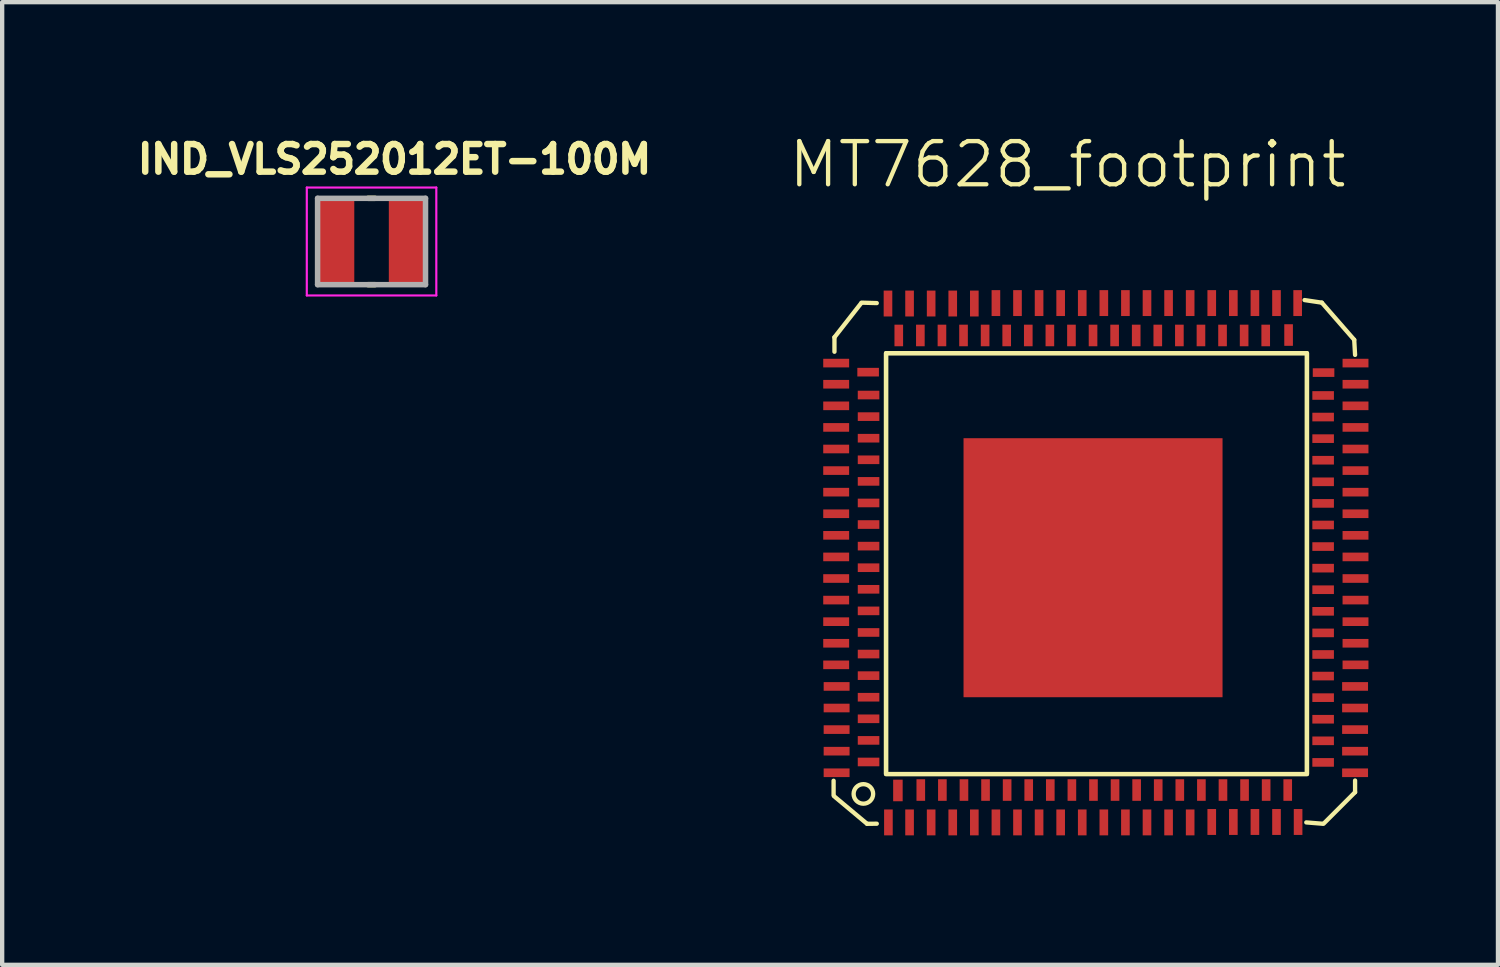
<source format=kicad_pcb>
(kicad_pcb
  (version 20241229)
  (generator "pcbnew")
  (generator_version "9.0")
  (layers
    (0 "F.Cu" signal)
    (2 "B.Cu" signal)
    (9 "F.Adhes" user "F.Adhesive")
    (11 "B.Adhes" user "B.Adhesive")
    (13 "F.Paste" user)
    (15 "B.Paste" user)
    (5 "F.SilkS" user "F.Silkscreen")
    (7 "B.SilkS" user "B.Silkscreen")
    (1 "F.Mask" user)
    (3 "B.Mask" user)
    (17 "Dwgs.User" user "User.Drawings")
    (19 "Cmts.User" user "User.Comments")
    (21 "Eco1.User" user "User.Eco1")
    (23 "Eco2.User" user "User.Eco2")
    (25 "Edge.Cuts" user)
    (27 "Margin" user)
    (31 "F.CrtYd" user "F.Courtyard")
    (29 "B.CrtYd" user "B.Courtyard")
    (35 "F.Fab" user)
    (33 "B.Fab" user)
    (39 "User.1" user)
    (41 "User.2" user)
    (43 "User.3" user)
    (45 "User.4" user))
  (footprint "MT7628_footprint"
    (layer "F.Cu")
    (at 22.27 10.101)
    (property "Reference" "MT7628_footprint" (at -0.59 -9.34 0) (unlocked yes) (layer "F.SilkS") (effects (font (size 1 1) (thickness 0.1))))
    (attr smd)
    (fp_line (start -6.01 5.26) (end -6.01 4.935) (stroke (width 0.1) (type default)) (layer "F.SilkS"))
    (fp_line (start -5.99 -5.338) (end -5.37 -6.13) (stroke (width 0.1) (type default)) (layer "F.SilkS"))
    (fp_line (start -5.99 -5.003) (end -5.99 -5.338) (stroke (width 0.1) (type default)) (layer "F.SilkS"))
    (fp_line (start -5.362 -6.14) (end -5.01 -6.13) (stroke (width 0.1) (type default)) (layer "F.SilkS"))
    (fp_line (start -5.235 5.932) (end -6.005 5.288) (stroke (width 0.1) (type default)) (layer "F.SilkS"))
    (fp_line (start -5.01 5.93) (end -5.235 5.932) (stroke (width 0.1) (type default)) (layer "F.SilkS"))
    (fp_line (start 4.9 -6.2) (end 5.3 -6.14) (stroke (width 0.1) (type default)) (layer "F.SilkS"))
    (fp_line (start 5.3 -6.14) (end 6.05 -5.28) (stroke (width 0.1) (type default)) (layer "F.SilkS"))
    (fp_line (start 5.31 5.93) (end 4.94 5.9) (stroke (width 0.1) (type default)) (layer "F.SilkS"))
    (fp_line (start 6.05 -5.28) (end 6.07 -4.93) (stroke (width 0.1) (type default)) (layer "F.SilkS"))
    (fp_line (start 6.07 4.93) (end 6.07 5.2) (stroke (width 0.1) (type default)) (layer "F.SilkS"))
    (fp_line (start 6.07 5.2) (end 5.34 5.93) (stroke (width 0.1) (type default)) (layer "F.SilkS"))
    (fp_rect (start -4.795 -4.97) (end 4.955 4.78) (stroke (width 0.1) (type solid)) (fill no) (layer "F.SilkS"))
    (fp_rect (start -4.795 -4.97) (end 4.955 4.78) (stroke (width 0.1) (type solid)) (fill no) (layer "F.SilkS"))
    (fp_circle (center -5.32 5.24) (end -5.16 5.4) (stroke (width 0.1) (type default)) (fill no) (layer "F.SilkS"))
    (pad "" smd rect (at 0 0) (size 6 6) (layers "F.Cu" "F.Mask" "F.Paste"))
    (pad "1" smd rect (at -4.74 5.9 90) (size 0.6 0.2) (layers "F.Cu" "F.Mask" "F.Paste"))
    (pad "2" smd rect (at -4.52 5.16 90) (size 0.5 0.22) (layers "F.Cu" "F.Mask" "F.Paste"))
    (pad "3" smd rect (at -4.25 5.9 90) (size 0.6 0.2) (layers "F.Cu" "F.Mask" "F.Paste"))
    (pad "4" smd rect (at -3.99 5.15 90) (size 0.5 0.2) (layers "F.Cu" "F.Mask" "F.Paste"))
    (pad "5" smd rect (at -3.75 5.9 90) (size 0.6 0.2) (layers "F.Cu" "F.Mask" "F.Paste"))
    (pad "6" smd rect (at -3.49 5.15 90) (size 0.5 0.2) (layers "F.Cu" "F.Mask" "F.Paste"))
    (pad "7" smd rect (at -3.25 5.9 90) (size 0.6 0.2) (layers "F.Cu" "F.Mask" "F.Paste"))
    (pad "8" smd rect (at -2.99 5.15 90) (size 0.5 0.2) (layers "F.Cu" "F.Mask" "F.Paste"))
    (pad "9" smd rect (at -2.75 5.9 90) (size 0.6 0.2) (layers "F.Cu" "F.Mask" "F.Paste"))
    (pad "10" smd rect (at -2.49 5.15 90) (size 0.5 0.2) (layers "F.Cu" "F.Mask" "F.Paste"))
    (pad "11" smd rect (at -2.25 5.9 90) (size 0.6 0.2) (layers "F.Cu" "F.Mask" "F.Paste"))
    (pad "12" smd rect (at -1.99 5.15 90) (size 0.5 0.2) (layers "F.Cu" "F.Mask" "F.Paste"))
    (pad "13" smd rect (at -1.75 5.9 90) (size 0.6 0.2) (layers "F.Cu" "F.Mask" "F.Paste"))
    (pad "14" smd rect (at -1.49 5.15 90) (size 0.5 0.2) (layers "F.Cu" "F.Mask" "F.Paste"))
    (pad "15" smd rect (at -1.25 5.9 90) (size 0.6 0.2) (layers "F.Cu" "F.Mask" "F.Paste"))
    (pad "16" smd rect (at -0.99 5.15 90) (size 0.5 0.2) (layers "F.Cu" "F.Mask" "F.Paste"))
    (pad "17" smd rect (at -0.75 5.9 90) (size 0.6 0.2) (layers "F.Cu" "F.Mask" "F.Paste"))
    (pad "18" smd rect (at -0.49 5.15 90) (size 0.5 0.2) (layers "F.Cu" "F.Mask" "F.Paste"))
    (pad "19" smd rect (at -0.25 5.9 90) (size 0.6 0.2) (layers "F.Cu" "F.Mask" "F.Paste"))
    (pad "20" smd rect (at 0.01 5.15 90) (size 0.5 0.2) (layers "F.Cu" "F.Mask" "F.Paste"))
    (pad "21" smd rect (at 0.25 5.9 90) (size 0.6 0.2) (layers "F.Cu" "F.Mask" "F.Paste"))
    (pad "22" smd rect (at 0.51 5.15 90) (size 0.5 0.2) (layers "F.Cu" "F.Mask" "F.Paste"))
    (pad "23" smd rect (at 0.75 5.9 90) (size 0.6 0.2) (layers "F.Cu" "F.Mask" "F.Paste"))
    (pad "24" smd rect (at 1.01 5.15 90) (size 0.5 0.2) (layers "F.Cu" "F.Mask" "F.Paste"))
    (pad "25" smd rect (at 1.25 5.9 90) (size 0.6 0.2) (layers "F.Cu" "F.Mask" "F.Paste"))
    (pad "26" smd rect (at 1.51 5.15 90) (size 0.5 0.2) (layers "F.Cu" "F.Mask" "F.Paste"))
    (pad "27" smd rect (at 1.75 5.9 90) (size 0.6 0.2) (layers "F.Cu" "F.Mask" "F.Paste"))
    (pad "28" smd rect (at 2.01 5.15 90) (size 0.5 0.2) (layers "F.Cu" "F.Mask" "F.Paste"))
    (pad "29" smd rect (at 2.25 5.9 90) (size 0.6 0.2) (layers "F.Cu" "F.Mask" "F.Paste"))
    (pad "30" smd rect (at 2.51 5.15 90) (size 0.5 0.2) (layers "F.Cu" "F.Mask" "F.Paste"))
    (pad "31" smd rect (at 2.75 5.89 90) (size 0.6 0.2) (layers "F.Cu" "F.Mask" "F.Paste"))
    (pad "32" smd rect (at 3.01 5.15 90) (size 0.5 0.2) (layers "F.Cu" "F.Mask" "F.Paste"))
    (pad "33" smd rect (at 3.25 5.89 90) (size 0.6 0.2) (layers "F.Cu" "F.Mask" "F.Paste"))
    (pad "34" smd rect (at 3.51 5.15 90) (size 0.5 0.2) (layers "F.Cu" "F.Mask" "F.Paste"))
    (pad "35" smd rect (at 3.75 5.89 90) (size 0.6 0.2) (layers "F.Cu" "F.Mask" "F.Paste"))
    (pad "36" smd rect (at 4.01 5.15 90) (size 0.5 0.2) (layers "F.Cu" "F.Mask" "F.Paste"))
    (pad "37" smd rect (at 4.25 5.89 90) (size 0.6 0.2) (layers "F.Cu" "F.Mask" "F.Paste"))
    (pad "38" smd rect (at 4.51 5.15 90) (size 0.5 0.2) (layers "F.Cu" "F.Mask" "F.Paste"))
    (pad "39" smd rect (at 4.75 5.89 90) (size 0.6 0.2) (layers "F.Cu" "F.Mask" "F.Paste"))
    (pad "40" smd rect (at 6.07 4.75) (size 0.6 0.2) (layers "F.Cu" "F.Mask" "F.Paste"))
    (pad "41" smd rect (at 5.33 4.51) (size 0.5 0.2) (layers "F.Cu" "F.Mask" "F.Paste"))
    (pad "42" smd rect (at 6.07 4.25) (size 0.6 0.2) (layers "F.Cu" "F.Mask" "F.Paste"))
    (pad "43" smd rect (at 5.33 4.01) (size 0.5 0.2) (layers "F.Cu" "F.Mask" "F.Paste"))
    (pad "44" smd rect (at 6.07 3.75) (size 0.6 0.2) (layers "F.Cu" "F.Mask" "F.Paste"))
    (pad "45" smd rect (at 5.33 3.51) (size 0.5 0.2) (layers "F.Cu" "F.Mask" "F.Paste"))
    (pad "46" smd rect (at 6.07 3.25) (size 0.6 0.2) (layers "F.Cu" "F.Mask" "F.Paste"))
    (pad "47" smd rect (at 5.33 3.01) (size 0.5 0.2) (layers "F.Cu" "F.Mask" "F.Paste"))
    (pad "48" smd rect (at 6.07 2.75) (size 0.6 0.2) (layers "F.Cu" "F.Mask" "F.Paste"))
    (pad "49" smd rect (at 5.33 2.51) (size 0.5 0.2) (layers "F.Cu" "F.Mask" "F.Paste"))
    (pad "50" smd rect (at 6.08 2.25) (size 0.6 0.2) (layers "F.Cu" "F.Mask" "F.Paste"))
    (pad "51" smd rect (at 5.33 2.01) (size 0.5 0.2) (layers "F.Cu" "F.Mask" "F.Paste"))
    (pad "52" smd rect (at 6.08 1.75) (size 0.6 0.2) (layers "F.Cu" "F.Mask" "F.Paste"))
    (pad "53" smd rect (at 5.33 1.51) (size 0.5 0.2) (layers "F.Cu" "F.Mask" "F.Paste"))
    (pad "54" smd rect (at 6.08 1.25) (size 0.6 0.2) (layers "F.Cu" "F.Mask" "F.Paste"))
    (pad "55" smd rect (at 5.33 1.01) (size 0.5 0.2) (layers "F.Cu" "F.Mask" "F.Paste"))
    (pad "56" smd rect (at 6.08 0.75) (size 0.6 0.2) (layers "F.Cu" "F.Mask" "F.Paste"))
    (pad "57" smd rect (at 5.33 0.51) (size 0.5 0.2) (layers "F.Cu" "F.Mask" "F.Paste"))
    (pad "58" smd rect (at 6.08 0.25) (size 0.6 0.2) (layers "F.Cu" "F.Mask" "F.Paste"))
    (pad "59" smd rect (at 5.33 0.01) (size 0.5 0.2) (layers "F.Cu" "F.Mask" "F.Paste"))
    (pad "60" smd rect (at 6.08 -0.25) (size 0.6 0.2) (layers "F.Cu" "F.Mask" "F.Paste"))
    (pad "61" smd rect (at 5.33 -0.49) (size 0.5 0.2) (layers "F.Cu" "F.Mask" "F.Paste"))
    (pad "62" smd rect (at 6.08 -0.75) (size 0.6 0.2) (layers "F.Cu" "F.Mask" "F.Paste"))
    (pad "63" smd rect (at 5.33 -0.99) (size 0.5 0.2) (layers "F.Cu" "F.Mask" "F.Paste"))
    (pad "64" smd rect (at 6.08 -1.25) (size 0.6 0.2) (layers "F.Cu" "F.Mask" "F.Paste"))
    (pad "65" smd rect (at 5.33 -1.49) (size 0.5 0.2) (layers "F.Cu" "F.Mask" "F.Paste"))
    (pad "66" smd rect (at 6.08 -1.75) (size 0.6 0.2) (layers "F.Cu" "F.Mask" "F.Paste"))
    (pad "67" smd rect (at 5.33 -1.99) (size 0.5 0.2) (layers "F.Cu" "F.Mask" "F.Paste"))
    (pad "68" smd rect (at 6.08 -2.25) (size 0.6 0.2) (layers "F.Cu" "F.Mask" "F.Paste"))
    (pad "69" smd rect (at 5.33 -2.49) (size 0.5 0.2) (layers "F.Cu" "F.Mask" "F.Paste"))
    (pad "70" smd rect (at 6.08 -2.75) (size 0.6 0.2) (layers "F.Cu" "F.Mask" "F.Paste"))
    (pad "71" smd rect (at 5.33 -2.99) (size 0.5 0.2) (layers "F.Cu" "F.Mask" "F.Paste"))
    (pad "72" smd rect (at 6.08 -3.25) (size 0.6 0.2) (layers "F.Cu" "F.Mask" "F.Paste"))
    (pad "73" smd rect (at 5.33 -3.49) (size 0.5 0.2) (layers "F.Cu" "F.Mask" "F.Paste"))
    (pad "74" smd rect (at 6.08 -3.75) (size 0.6 0.2) (layers "F.Cu" "F.Mask" "F.Paste"))
    (pad "75" smd rect (at 5.33 -3.99) (size 0.5 0.2) (layers "F.Cu" "F.Mask" "F.Paste"))
    (pad "76" smd rect (at 6.08 -4.25) (size 0.6 0.2) (layers "F.Cu" "F.Mask" "F.Paste"))
    (pad "77" smd rect (at 5.34 -4.52) (size 0.5 0.2) (layers "F.Cu" "F.Mask" "F.Paste"))
    (pad "78" smd rect (at 6.08 -4.74) (size 0.6 0.2) (layers "F.Cu" "F.Mask" "F.Paste"))
    (pad "79" smd rect (at 4.74 -6.13 270) (size 0.6 0.2) (layers "F.Cu" "F.Mask" "F.Paste"))
    (pad "80" smd rect (at 4.53 -5.39 270) (size 0.5 0.2) (layers "F.Cu" "F.Mask" "F.Paste"))
    (pad "81" smd rect (at 4.25 -6.13 270) (size 0.6 0.2) (layers "F.Cu" "F.Mask" "F.Paste"))
    (pad "82" smd rect (at 4 -5.38 270) (size 0.5 0.2) (layers "F.Cu" "F.Mask" "F.Paste"))
    (pad "83" smd rect (at 3.75 -6.13 270) (size 0.6 0.2) (layers "F.Cu" "F.Mask" "F.Paste"))
    (pad "84" smd rect (at 3.5 -5.38 270) (size 0.5 0.2) (layers "F.Cu" "F.Mask" "F.Paste"))
    (pad "85" smd rect (at 3.25 -6.13 270) (size 0.6 0.2) (layers "F.Cu" "F.Mask" "F.Paste"))
    (pad "86" smd rect (at 3 -5.38 270) (size 0.5 0.2) (layers "F.Cu" "F.Mask" "F.Paste"))
    (pad "87" smd rect (at 2.75 -6.13 270) (size 0.6 0.2) (layers "F.Cu" "F.Mask" "F.Paste"))
    (pad "88" smd rect (at 2.5 -5.38 270) (size 0.5 0.2) (layers "F.Cu" "F.Mask" "F.Paste"))
    (pad "89" smd rect (at 2.25 -6.13 270) (size 0.6 0.2) (layers "F.Cu" "F.Mask" "F.Paste"))
    (pad "90" smd rect (at 2 -5.38 270) (size 0.5 0.2) (layers "F.Cu" "F.Mask" "F.Paste"))
    (pad "91" smd rect (at 1.75 -6.13 270) (size 0.6 0.2) (layers "F.Cu" "F.Mask" "F.Paste"))
    (pad "92" smd rect (at 1.5 -5.38 270) (size 0.5 0.2) (layers "F.Cu" "F.Mask" "F.Paste"))
    (pad "93" smd rect (at 1.25 -6.13 270) (size 0.6 0.2) (layers "F.Cu" "F.Mask" "F.Paste"))
    (pad "94" smd rect (at 1 -5.38 270) (size 0.5 0.2) (layers "F.Cu" "F.Mask" "F.Paste"))
    (pad "95" smd rect (at 0.75 -6.13 270) (size 0.6 0.2) (layers "F.Cu" "F.Mask" "F.Paste"))
    (pad "96" smd rect (at 0.5 -5.38 270) (size 0.5 0.2) (layers "F.Cu" "F.Mask" "F.Paste"))
    (pad "97" smd rect (at 0.25 -6.13 270) (size 0.6 0.2) (layers "F.Cu" "F.Mask" "F.Paste"))
    (pad "98" smd rect (at 0 -5.38 270) (size 0.5 0.2) (layers "F.Cu" "F.Mask" "F.Paste"))
    (pad "99" smd rect (at -0.25 -6.13 270) (size 0.6 0.2) (layers "F.Cu" "F.Mask" "F.Paste"))
    (pad "100" smd rect (at -0.5 -5.38 270) (size 0.5 0.2) (layers "F.Cu" "F.Mask" "F.Paste"))
    (pad "101" smd rect (at -0.75 -6.13 270) (size 0.6 0.2) (layers "F.Cu" "F.Mask" "F.Paste"))
    (pad "102" smd rect (at -1 -5.38 270) (size 0.5 0.2) (layers "F.Cu" "F.Mask" "F.Paste"))
    (pad "103" smd rect (at -1.25 -6.13 270) (size 0.6 0.2) (layers "F.Cu" "F.Mask" "F.Paste"))
    (pad "104" smd rect (at -1.5 -5.38 270) (size 0.5 0.2) (layers "F.Cu" "F.Mask" "F.Paste"))
    (pad "105" smd rect (at -1.75 -6.13 270) (size 0.6 0.2) (layers "F.Cu" "F.Mask" "F.Paste"))
    (pad "106" smd rect (at -2 -5.38 270) (size 0.5 0.2) (layers "F.Cu" "F.Mask" "F.Paste"))
    (pad "107" smd rect (at -2.25 -6.13 270) (size 0.6 0.2) (layers "F.Cu" "F.Mask" "F.Paste"))
    (pad "108" smd rect (at -2.5 -5.38 270) (size 0.5 0.2) (layers "F.Cu" "F.Mask" "F.Paste"))
    (pad "109" smd rect (at -2.75 -6.12 270) (size 0.6 0.2) (layers "F.Cu" "F.Mask" "F.Paste"))
    (pad "110" smd rect (at -3 -5.38 270) (size 0.5 0.2) (layers "F.Cu" "F.Mask" "F.Paste"))
    (pad "111" smd rect (at -3.25 -6.12 270) (size 0.6 0.2) (layers "F.Cu" "F.Mask" "F.Paste"))
    (pad "112" smd rect (at -3.5 -5.38 270) (size 0.5 0.2) (layers "F.Cu" "F.Mask" "F.Paste"))
    (pad "113" smd rect (at -3.75 -6.12 270) (size 0.6 0.2) (layers "F.Cu" "F.Mask" "F.Paste"))
    (pad "114" smd rect (at -4 -5.38 270) (size 0.5 0.2) (layers "F.Cu" "F.Mask" "F.Paste"))
    (pad "115" smd rect (at -4.25 -6.12 270) (size 0.6 0.2) (layers "F.Cu" "F.Mask" "F.Paste"))
    (pad "116" smd rect (at -4.5 -5.38 270) (size 0.5 0.2) (layers "F.Cu" "F.Mask" "F.Paste"))
    (pad "117" smd rect (at -4.75 -6.12 270) (size 0.6 0.2) (layers "F.Cu" "F.Mask" "F.Paste"))
    (pad "118" smd rect (at -5.95 -4.74) (size 0.6 0.2) (layers "F.Cu" "F.Mask" "F.Paste"))
    (pad "119" smd rect (at -5.21 -4.53) (size 0.5 0.2) (layers "F.Cu" "F.Mask" "F.Paste"))
    (pad "120" smd rect (at -5.95 -4.25) (size 0.6 0.2) (layers "F.Cu" "F.Mask" "F.Paste"))
    (pad "121" smd rect (at -5.2 -4) (size 0.5 0.2) (layers "F.Cu" "F.Mask" "F.Paste"))
    (pad "122" smd rect (at -5.95 -3.75) (size 0.6 0.2) (layers "F.Cu" "F.Mask" "F.Paste"))
    (pad "123" smd rect (at -5.2 -3.5) (size 0.5 0.2) (layers "F.Cu" "F.Mask" "F.Paste"))
    (pad "124" smd rect (at -5.95 -3.25) (size 0.6 0.2) (layers "F.Cu" "F.Mask" "F.Paste"))
    (pad "125" smd rect (at -5.2 -3) (size 0.5 0.2) (layers "F.Cu" "F.Mask" "F.Paste"))
    (pad "126" smd rect (at -5.95 -2.75) (size 0.6 0.2) (layers "F.Cu" "F.Mask" "F.Paste"))
    (pad "127" smd rect (at -5.2 -2.5) (size 0.5 0.2) (layers "F.Cu" "F.Mask" "F.Paste"))
    (pad "128" smd rect (at -5.95 -2.25) (size 0.6 0.2) (layers "F.Cu" "F.Mask" "F.Paste"))
    (pad "129" smd rect (at -5.2 -2) (size 0.5 0.2) (layers "F.Cu" "F.Mask" "F.Paste"))
    (pad "130" smd rect (at -5.95 -1.75) (size 0.6 0.2) (layers "F.Cu" "F.Mask" "F.Paste"))
    (pad "131" smd rect (at -5.2 -1.5) (size 0.5 0.2) (layers "F.Cu" "F.Mask" "F.Paste"))
    (pad "132" smd rect (at -5.95 -1.25) (size 0.6 0.2) (layers "F.Cu" "F.Mask" "F.Paste"))
    (pad "133" smd rect (at -5.2 -1) (size 0.5 0.2) (layers "F.Cu" "F.Mask" "F.Paste"))
    (pad "134" smd rect (at -5.95 -0.75) (size 0.6 0.2) (layers "F.Cu" "F.Mask" "F.Paste"))
    (pad "135" smd rect (at -5.2 -0.5) (size 0.5 0.2) (layers "F.Cu" "F.Mask" "F.Paste"))
    (pad "136" smd rect (at -5.95 -0.25) (size 0.6 0.2) (layers "F.Cu" "F.Mask" "F.Paste"))
    (pad "137" smd rect (at -5.2 0) (size 0.5 0.2) (layers "F.Cu" "F.Mask" "F.Paste"))
    (pad "138" smd rect (at -5.95 0.25) (size 0.6 0.2) (layers "F.Cu" "F.Mask" "F.Paste"))
    (pad "139" smd rect (at -5.2 0.5) (size 0.5 0.2) (layers "F.Cu" "F.Mask" "F.Paste"))
    (pad "140" smd rect (at -5.95 0.75) (size 0.6 0.2) (layers "F.Cu" "F.Mask" "F.Paste"))
    (pad "141" smd rect (at -5.2 1) (size 0.5 0.2) (layers "F.Cu" "F.Mask" "F.Paste"))
    (pad "142" smd rect (at -5.95 1.25) (size 0.6 0.2) (layers "F.Cu" "F.Mask" "F.Paste"))
    (pad "143" smd rect (at -5.2 1.5) (size 0.5 0.2) (layers "F.Cu" "F.Mask" "F.Paste"))
    (pad "144" smd rect (at -5.95 1.75) (size 0.6 0.2) (layers "F.Cu" "F.Mask" "F.Paste"))
    (pad "145" smd rect (at -5.2 2) (size 0.5 0.2) (layers "F.Cu" "F.Mask" "F.Paste"))
    (pad "146" smd rect (at -5.95 2.25) (size 0.6 0.2) (layers "F.Cu" "F.Mask" "F.Paste"))
    (pad "147" smd rect (at -5.2 2.5) (size 0.5 0.2) (layers "F.Cu" "F.Mask" "F.Paste"))
    (pad "148" smd rect (at -5.94 2.75) (size 0.6 0.2) (layers "F.Cu" "F.Mask" "F.Paste"))
    (pad "149" smd rect (at -5.2 3) (size 0.5 0.2) (layers "F.Cu" "F.Mask" "F.Paste"))
    (pad "150" smd rect (at -5.94 3.25) (size 0.6 0.2) (layers "F.Cu" "F.Mask" "F.Paste"))
    (pad "151" smd rect (at -5.2 3.5) (size 0.5 0.2) (layers "F.Cu" "F.Mask" "F.Paste"))
    (pad "152" smd rect (at -5.94 3.75) (size 0.6 0.2) (layers "F.Cu" "F.Mask" "F.Paste"))
    (pad "153" smd rect (at -5.2 4) (size 0.5 0.2) (layers "F.Cu" "F.Mask" "F.Paste"))
    (pad "154" smd rect (at -5.94 4.25) (size 0.6 0.2) (layers "F.Cu" "F.Mask" "F.Paste"))
    (pad "155" smd rect (at -5.2 4.5) (size 0.5 0.2) (layers "F.Cu" "F.Mask" "F.Paste"))
    (pad "156" smd rect (at -5.94 4.75) (size 0.6 0.2) (layers "F.Cu" "F.Mask" "F.Paste")))
  (footprint "IND_VLS252012ET-100M"
    (layer "F.Cu")
    (at 5.557 2.544)
    (property "Reference" "IND_VLS252012ET-100M" (at 0.532 -1.906 0) (layer "F.SilkS") (effects (font (size 0.64 0.64) (thickness 0.15))))
    (attr smd)
    (fp_line (start -0.08 -1) (end 0.08 -1) (stroke (width 0.127) (type solid)) (layer "F.SilkS"))
    (fp_line (start -0.08 1) (end 0.08 1) (stroke (width 0.127) (type solid)) (layer "F.SilkS"))
    (fp_line (start -1.5 -1.25) (end -1.5 1.25) (stroke (width 0.05) (type solid)) (layer "F.CrtYd"))
    (fp_line (start -1.5 1.25) (end 1.5 1.25) (stroke (width 0.05) (type solid)) (layer "F.CrtYd"))
    (fp_line (start 1.5 -1.25) (end -1.5 -1.25) (stroke (width 0.05) (type solid)) (layer "F.CrtYd"))
    (fp_line (start 1.5 1.25) (end 1.5 -1.25) (stroke (width 0.05) (type solid)) (layer "F.CrtYd"))
    (fp_line (start -1.25 -1) (end -1.25 1) (stroke (width 0.127) (type solid)) (layer "F.Fab"))
    (fp_line (start -1.25 -1) (end 1.25 -1) (stroke (width 0.127) (type solid)) (layer "F.Fab"))
    (fp_line (start -1.25 1) (end 1.25 1) (stroke (width 0.127) (type solid)) (layer "F.Fab"))
    (fp_line (start 1.25 -1) (end 1.25 1) (stroke (width 0.127) (type solid)) (layer "F.Fab"))
    (pad "1" smd rect (at -0.825 0) (size 0.85 2) (layers "F.Cu" "F.Mask" "F.Paste"))
    (pad "2" smd rect (at 0.825 0) (size 0.85 2) (layers "F.Cu" "F.Mask" "F.Paste")))
  (gr_rect
    (start -3 -3)
    (end 31.65 19.3)
    (stroke (width 0.1) (type default))
    (fill no)
    (layer "Edge.Cuts")))
</source>
